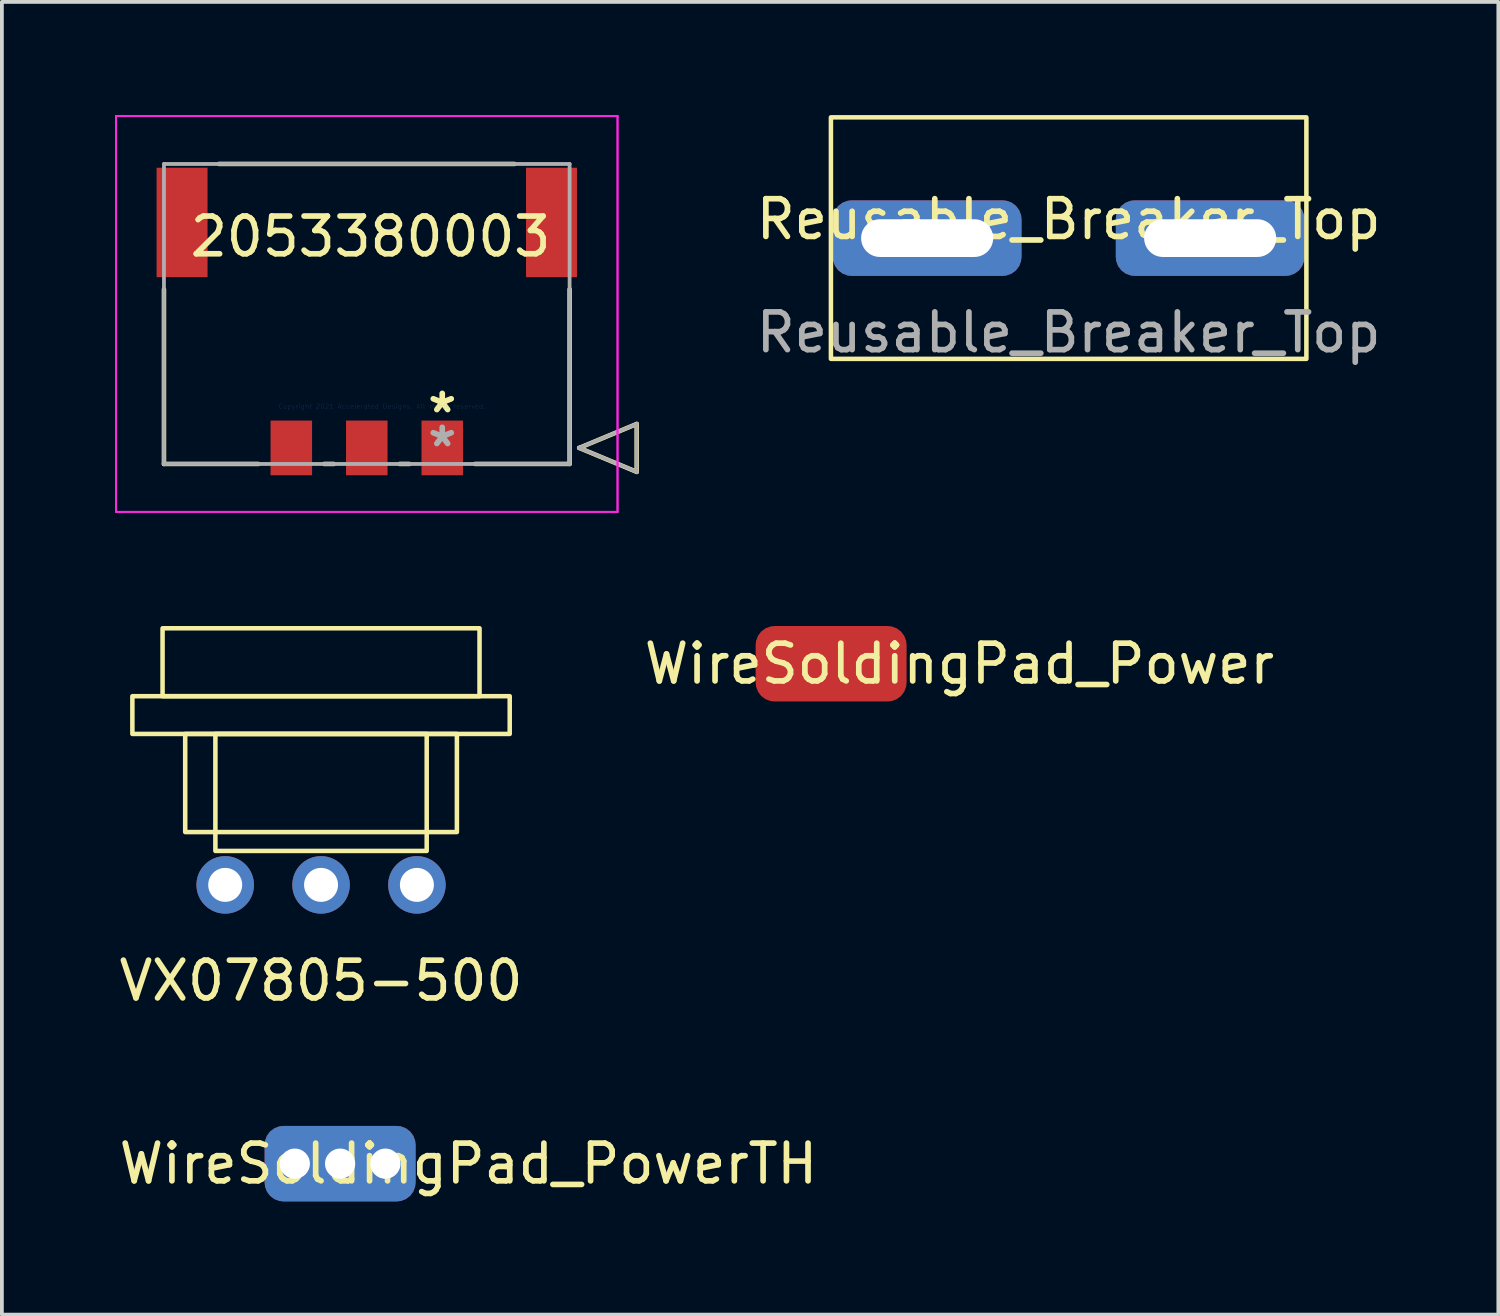
<source format=kicad_pcb>
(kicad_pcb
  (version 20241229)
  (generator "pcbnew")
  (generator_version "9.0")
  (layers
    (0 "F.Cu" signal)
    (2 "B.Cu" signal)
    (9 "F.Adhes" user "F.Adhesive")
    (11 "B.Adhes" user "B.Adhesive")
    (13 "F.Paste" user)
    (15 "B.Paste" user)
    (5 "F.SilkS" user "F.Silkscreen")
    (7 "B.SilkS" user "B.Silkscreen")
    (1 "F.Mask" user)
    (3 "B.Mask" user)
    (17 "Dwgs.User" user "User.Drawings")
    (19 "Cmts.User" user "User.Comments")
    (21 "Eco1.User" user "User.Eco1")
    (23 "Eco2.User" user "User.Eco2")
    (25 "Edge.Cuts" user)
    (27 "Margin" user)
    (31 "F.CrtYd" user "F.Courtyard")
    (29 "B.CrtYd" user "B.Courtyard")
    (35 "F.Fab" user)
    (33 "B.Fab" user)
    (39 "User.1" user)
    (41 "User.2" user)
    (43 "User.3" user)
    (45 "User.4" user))
  (footprint "WireSoldingPad_PowerTH"
    (layer "F.Cu")
    (at 5.963 27.788)
    (property "Reference" "WireSoldingPad_PowerTH" (at 3.4 0 0) (unlocked yes) (layer "F.SilkS") (effects (font (size 1 1) (thickness 0.15))))
    (attr smd)
    (pad "1" thru_hole roundrect (at -1.2 0) (size 1.5 1.5) (drill 0.8) (layers "*.Cu" "*.Mask") (roundrect_rratio 0.25))
    (pad "1" thru_hole roundrect (at 0 0) (size 4 2) (drill 0.8) (layers "*.Cu" "*.Mask") (roundrect_rratio 0.25))
    (pad "1" thru_hole roundrect (at 1.2 0) (size 1.5 1.5) (drill 0.8) (layers "*.Cu" "*.Mask") (roundrect_rratio 0.25)))
  (footprint "Reusable_Breaker_Top"
    (layer "F.Cu")
    (at 25.27 3.26)
    (property "Reference" "Reusable_Breaker_Top" (at 0 -0.5 0) (unlocked yes) (layer "F.SilkS") (effects (font (size 1 1) (thickness 0.15))))
    (attr through_hole)
    (fp_rect (start -6.3 -3.2) (end 6.3 3.2) (stroke (width 0.12) (type solid)) (fill no) (layer "F.SilkS"))
    (fp_text user "${REFERENCE}" (at 0 2.5 0) (unlocked yes) (layer "F.Fab") (effects (font (size 1 1) (thickness 0.15))))
    (pad "1" thru_hole roundrect (at -3.75 0) (size 5 2) (drill oval 3.5 1) (layers "*.Cu" "*.Mask") (roundrect_rratio 0.25))
    (pad "2" thru_hole roundrect (at 3.75 0) (size 5 2) (drill oval 3.5 1) (layers "*.Cu" "*.Mask") (roundrect_rratio 0.25)))
  (footprint "WireSoldingPad_Power"
    (layer "F.Cu")
    (at 18.975 14.54)
    (property "Reference" "WireSoldingPad_Power" (at 3.4 0 0) (unlocked yes) (layer "F.SilkS") (effects (font (size 1 1) (thickness 0.15))))
    (attr smd)
    (pad "1" smd roundrect (at 0 0) (size 4 2) (layers "F.Cu" "F.Mask" "F.Paste") (roundrect_rratio 0.25)))
  (footprint "VX07805-500"
    (layer "F.Cu")
    (at 5.458 20.4)
    (property "Reference" "VX07805-500" (at 0 2.54 0) (unlocked yes) (layer "F.SilkS") (effects (font (size 1 1) (thickness 0.15))))
    (attr through_hole)
    (fp_rect (start -4.2 -6.8) (end 4.2 -5) (stroke (width 0.12) (type solid)) (fill no) (layer "F.SilkS"))
    (fp_rect (start -3.6 -4) (end 3.6 -1.4) (stroke (width 0.12) (type solid)) (fill no) (layer "F.SilkS"))
    (fp_rect (start -2.8 -4) (end 2.8 -0.9) (stroke (width 0.12) (type solid)) (fill no) (layer "F.SilkS"))
    (fp_rect (start 5 -4) (end -5 -5) (stroke (width 0.12) (type solid)) (fill no) (layer "F.SilkS"))
    (pad "1" thru_hole circle (at -2.54 0) (size 1.524 1.524) (drill 0.9) (layers "*.Cu" "*.Mask"))
    (pad "2" thru_hole circle (at 0 0) (size 1.524 1.524) (drill 0.9) (layers "*.Cu" "*.Mask"))
    (pad "3" thru_hole circle (at 2.54 0) (size 1.524 1.524) (drill 0.9) (layers "*.Cu" "*.Mask")))
  (footprint "2053380003"
    (layer "F.Cu")
    (at 8.67 8.82)
    (property "Reference" "2053380003" (at -1.9 -5.6 0) (layer "F.SilkS") (effects (font (size 1 1) (thickness 0.15))))
    (attr through_hole)
    (fp_line (start -7.375 -4.205) (end -7.375 0.425) (stroke (width 0.12) (type solid)) (layer "F.SilkS"))
    (fp_line (start -7.375 0.425) (end -4.87 0.425) (stroke (width 0.12) (type solid)) (layer "F.SilkS"))
    (fp_line (start -3.13 0.425) (end -2.87 0.425) (stroke (width 0.12) (type solid)) (layer "F.SilkS"))
    (fp_line (start -1.13 0.425) (end -0.87 0.425) (stroke (width 0.12) (type solid)) (layer "F.SilkS"))
    (fp_line (start 0.87 0.425) (end 3.375 0.425) (stroke (width 0.12) (type solid)) (layer "F.SilkS"))
    (fp_line (start 1.916 -7.525) (end -5.916 -7.525) (stroke (width 0.12) (type solid)) (layer "F.SilkS"))
    (fp_line (start 3.375 0.425) (end 3.375 -4.205) (stroke (width 0.12) (type solid)) (layer "F.SilkS"))
    (fp_line (start 3.629 0) (end 5.153 -0.635) (stroke (width 0.12) (type solid)) (layer "F.SilkS"))
    (fp_line (start 5.153 -0.635) (end 5.153 0.635) (stroke (width 0.12) (type solid)) (layer "F.SilkS"))
    (fp_line (start 5.153 0.635) (end 3.629 0) (stroke (width 0.12) (type solid)) (layer "F.SilkS"))
    (fp_line (start -8.645 -8.795) (end -8.645 1.695) (stroke (width 0.05) (type solid)) (layer "F.CrtYd"))
    (fp_line (start -8.645 -8.795) (end -8.645 1.695) (stroke (width 0.05) (type solid)) (layer "F.CrtYd"))
    (fp_line (start -8.645 1.695) (end 4.645 1.695) (stroke (width 0.05) (type solid)) (layer "F.CrtYd"))
    (fp_line (start -8.645 1.695) (end 4.645 1.695) (stroke (width 0.05) (type solid)) (layer "F.CrtYd"))
    (fp_line (start 4.645 -8.795) (end -8.645 -8.795) (stroke (width 0.05) (type solid)) (layer "F.CrtYd"))
    (fp_line (start 4.645 -8.795) (end -8.645 -8.795) (stroke (width 0.05) (type solid)) (layer "F.CrtYd"))
    (fp_line (start 4.645 1.695) (end 4.645 -8.795) (stroke (width 0.05) (type solid)) (layer "F.CrtYd"))
    (fp_line (start 4.645 1.695) (end 4.645 -8.795) (stroke (width 0.05) (type solid)) (layer "F.CrtYd"))
    (fp_line (start -7.375 -7.525) (end -7.375 0.425) (stroke (width 0.1) (type solid)) (layer "F.Fab"))
    (fp_line (start -7.375 0.425) (end 3.375 0.425) (stroke (width 0.1) (type solid)) (layer "F.Fab"))
    (fp_line (start 3.375 -7.525) (end -7.375 -7.525) (stroke (width 0.1) (type solid)) (layer "F.Fab"))
    (fp_line (start 3.375 0.425) (end 3.375 -7.525) (stroke (width 0.1) (type solid)) (layer "F.Fab"))
    (fp_line (start 3.629 0) (end 5.153 -0.635) (stroke (width 0.1) (type solid)) (layer "F.Fab"))
    (fp_line (start 5.153 -0.635) (end 5.153 0.635) (stroke (width 0.1) (type solid)) (layer "F.Fab"))
    (fp_line (start 5.153 0.635) (end 3.629 0) (stroke (width 0.1) (type solid)) (layer "F.Fab"))
    (fp_text user "*" (at 0 -0.9 0) (layer "F.SilkS") (effects (font (size 1 1) (thickness 0.15))))
    (fp_text user "Copyright 2021 Accelerated Designs. All rights reserved." (at -1.6 -1.1 0) (layer "Cmts.User") (effects (font (size 0.127 0.127) (thickness 0.002))))
    (fp_text user "*" (at 0 0 0) (layer "F.Fab") (effects (font (size 1 1) (thickness 0.15))))
    (pad "1" smd rect (at 0 0) (size 1.1 1.45) (layers "F.Cu" "F.Mask" "F.Paste"))
    (pad "2" smd rect (at -2 0) (size 1.1 1.45) (layers "F.Cu" "F.Mask" "F.Paste"))
    (pad "3" smd rect (at -4 0) (size 1.1 1.45) (layers "F.Cu" "F.Mask" "F.Paste"))
    (pad "4" smd rect (at 2.895 -5.975) (size 1.35 2.9) (layers "F.Cu" "F.Mask" "F.Paste"))
    (pad "5" smd rect (at -6.895 -5.975) (size 1.35 2.9) (layers "F.Cu" "F.Mask" "F.Paste")))
  (gr_rect
    (start -3 -3)
    (end 36.657 31.788)
    (stroke (width 0.1) (type default))
    (fill no)
    (layer "Edge.Cuts")))
</source>
